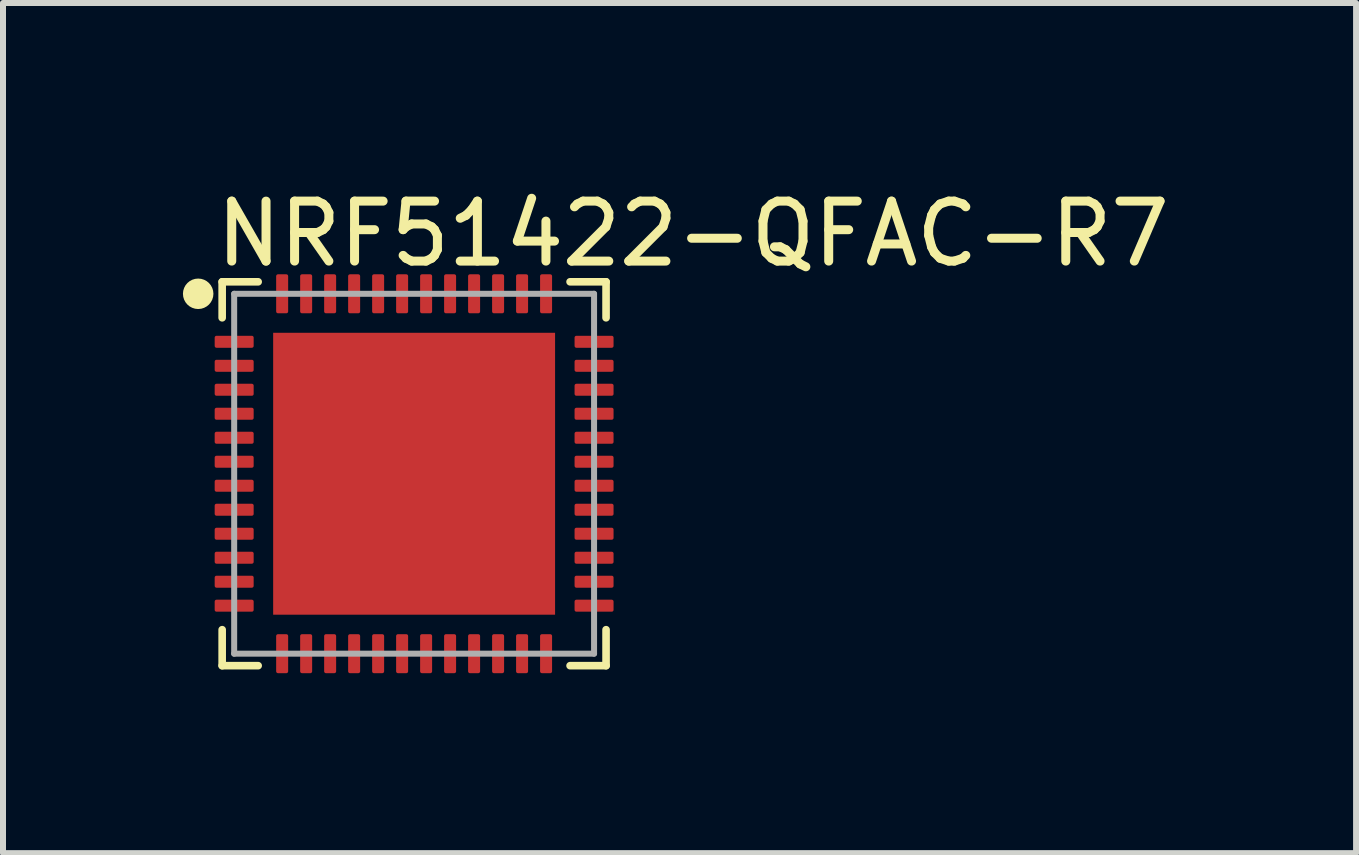
<source format=kicad_pcb>
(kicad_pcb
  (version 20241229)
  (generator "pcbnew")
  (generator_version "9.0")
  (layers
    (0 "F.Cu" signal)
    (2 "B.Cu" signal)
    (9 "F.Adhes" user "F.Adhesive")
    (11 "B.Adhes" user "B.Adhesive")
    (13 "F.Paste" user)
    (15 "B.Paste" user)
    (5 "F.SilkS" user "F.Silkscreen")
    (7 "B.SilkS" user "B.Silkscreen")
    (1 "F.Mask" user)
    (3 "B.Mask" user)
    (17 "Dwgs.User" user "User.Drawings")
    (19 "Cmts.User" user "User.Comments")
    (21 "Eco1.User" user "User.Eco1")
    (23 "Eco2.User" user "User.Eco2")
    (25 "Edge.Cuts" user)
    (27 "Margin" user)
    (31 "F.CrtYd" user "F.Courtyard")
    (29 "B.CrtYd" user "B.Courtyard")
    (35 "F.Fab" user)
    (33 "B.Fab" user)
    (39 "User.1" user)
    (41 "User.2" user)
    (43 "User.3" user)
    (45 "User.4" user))
  (footprint "NRF51422-QFAC-R7"
    (layer "F.Cu")
    (at 3.854 4.848)
    (property "Reference" "NRF51422-QFAC-R7" (at 4.65 -4 0) (layer "F.SilkS") (effects (font (size 1 1) (thickness 0.15))))
    (attr through_hole)
    (fp_line (start -3.2 -3.2) (end -3.2 -2.6) (stroke (width 0.127) (type solid)) (layer "F.SilkS"))
    (fp_line (start -3.2 2.6) (end -3.2 3.2) (stroke (width 0.127) (type solid)) (layer "F.SilkS"))
    (fp_line (start -3.2 3.2) (end -2.6 3.2) (stroke (width 0.127) (type solid)) (layer "F.SilkS"))
    (fp_line (start -2.6 -3.2) (end -3.2 -3.2) (stroke (width 0.127) (type solid)) (layer "F.SilkS"))
    (fp_line (start 2.6 3.2) (end 3.2 3.2) (stroke (width 0.127) (type solid)) (layer "F.SilkS"))
    (fp_line (start 3.2 -3.2) (end 2.6 -3.2) (stroke (width 0.127) (type solid)) (layer "F.SilkS"))
    (fp_line (start 3.2 -2.6) (end 3.2 -3.2) (stroke (width 0.127) (type solid)) (layer "F.SilkS"))
    (fp_line (start 3.2 3.2) (end 3.2 2.6) (stroke (width 0.127) (type solid)) (layer "F.SilkS"))
    (fp_circle (center -3.6 -3) (end -3.473 -3) (stroke (width 0.254) (type solid)) (fill no) (layer "F.SilkS"))
    (fp_line (start -3 -3) (end -3 3) (stroke (width 0.1) (type solid)) (layer "F.Fab"))
    (fp_line (start -3 3) (end 3 3) (stroke (width 0.1) (type solid)) (layer "F.Fab"))
    (fp_line (start 3 -3) (end -3 -3) (stroke (width 0.1) (type solid)) (layer "F.Fab"))
    (fp_line (start 3 3) (end 3 -3) (stroke (width 0.1) (type solid)) (layer "F.Fab"))
    (pad "1" smd roundrect (at -3 -2.2) (size 0.65 0.2) (layers "F.Cu" "F.Mask" "F.Paste") (roundrect_rratio 0.15))
    (pad "2" smd roundrect (at -3 -1.8) (size 0.65 0.2) (layers "F.Cu" "F.Mask" "F.Paste") (roundrect_rratio 0.15))
    (pad "3" smd roundrect (at -3 -1.4) (size 0.65 0.2) (layers "F.Cu" "F.Mask" "F.Paste") (roundrect_rratio 0.15))
    (pad "4" smd roundrect (at -3 -1) (size 0.65 0.2) (layers "F.Cu" "F.Mask" "F.Paste") (roundrect_rratio 0.15))
    (pad "5" smd roundrect (at -3 -0.6) (size 0.65 0.2) (layers "F.Cu" "F.Mask" "F.Paste") (roundrect_rratio 0.15))
    (pad "6" smd roundrect (at -3 -0.2) (size 0.65 0.2) (layers "F.Cu" "F.Mask" "F.Paste") (roundrect_rratio 0.15))
    (pad "7" smd roundrect (at -3 0.2) (size 0.65 0.2) (layers "F.Cu" "F.Mask" "F.Paste") (roundrect_rratio 0.15))
    (pad "8" smd roundrect (at -3 0.6) (size 0.65 0.2) (layers "F.Cu" "F.Mask" "F.Paste") (roundrect_rratio 0.15))
    (pad "9" smd roundrect (at -3 1) (size 0.65 0.2) (layers "F.Cu" "F.Mask" "F.Paste") (roundrect_rratio 0.15))
    (pad "10" smd roundrect (at -3 1.4) (size 0.65 0.2) (layers "F.Cu" "F.Mask" "F.Paste") (roundrect_rratio 0.15))
    (pad "11" smd roundrect (at -3 1.8) (size 0.65 0.2) (layers "F.Cu" "F.Mask" "F.Paste") (roundrect_rratio 0.15))
    (pad "12" smd roundrect (at -3 2.2) (size 0.65 0.2) (layers "F.Cu" "F.Mask" "F.Paste") (roundrect_rratio 0.15))
    (pad "13" smd roundrect (at -2.2 3 90) (size 0.65 0.2) (layers "F.Cu" "F.Mask" "F.Paste") (roundrect_rratio 0.15))
    (pad "14" smd roundrect (at -1.8 3 90) (size 0.65 0.2) (layers "F.Cu" "F.Mask" "F.Paste") (roundrect_rratio 0.15))
    (pad "15" smd roundrect (at -1.4 3 90) (size 0.65 0.2) (layers "F.Cu" "F.Mask" "F.Paste") (roundrect_rratio 0.15))
    (pad "16" smd roundrect (at -1 3 90) (size 0.65 0.2) (layers "F.Cu" "F.Mask" "F.Paste") (roundrect_rratio 0.15))
    (pad "17" smd roundrect (at -0.6 3 90) (size 0.65 0.2) (layers "F.Cu" "F.Mask" "F.Paste") (roundrect_rratio 0.15))
    (pad "18" smd roundrect (at -0.2 3 90) (size 0.65 0.2) (layers "F.Cu" "F.Mask" "F.Paste") (roundrect_rratio 0.15))
    (pad "19" smd roundrect (at 0.2 3 90) (size 0.65 0.2) (layers "F.Cu" "F.Mask" "F.Paste") (roundrect_rratio 0.15))
    (pad "20" smd roundrect (at 0.6 3 90) (size 0.65 0.2) (layers "F.Cu" "F.Mask" "F.Paste") (roundrect_rratio 0.15))
    (pad "21" smd roundrect (at 1 3 90) (size 0.65 0.2) (layers "F.Cu" "F.Mask" "F.Paste") (roundrect_rratio 0.15))
    (pad "22" smd roundrect (at 1.4 3 90) (size 0.65 0.2) (layers "F.Cu" "F.Mask" "F.Paste") (roundrect_rratio 0.15))
    (pad "23" smd roundrect (at 1.8 3 90) (size 0.65 0.2) (layers "F.Cu" "F.Mask" "F.Paste") (roundrect_rratio 0.15))
    (pad "24" smd roundrect (at 2.2 3 90) (size 0.65 0.2) (layers "F.Cu" "F.Mask" "F.Paste") (roundrect_rratio 0.15))
    (pad "25" smd roundrect (at 3 2.2 180) (size 0.65 0.2) (layers "F.Cu" "F.Mask" "F.Paste") (roundrect_rratio 0.15))
    (pad "26" smd roundrect (at 3 1.8 180) (size 0.65 0.2) (layers "F.Cu" "F.Mask" "F.Paste") (roundrect_rratio 0.15))
    (pad "27" smd roundrect (at 3 1.4 180) (size 0.65 0.2) (layers "F.Cu" "F.Mask" "F.Paste") (roundrect_rratio 0.15))
    (pad "28" smd roundrect (at 3 1 180) (size 0.65 0.2) (layers "F.Cu" "F.Mask" "F.Paste") (roundrect_rratio 0.15))
    (pad "29" smd roundrect (at 3 0.6 180) (size 0.65 0.2) (layers "F.Cu" "F.Mask" "F.Paste") (roundrect_rratio 0.15))
    (pad "30" smd roundrect (at 3 0.2 180) (size 0.65 0.2) (layers "F.Cu" "F.Mask" "F.Paste") (roundrect_rratio 0.15))
    (pad "31" smd roundrect (at 3 -0.2 180) (size 0.65 0.2) (layers "F.Cu" "F.Mask" "F.Paste") (roundrect_rratio 0.15))
    (pad "32" smd roundrect (at 3 -0.6 180) (size 0.65 0.2) (layers "F.Cu" "F.Mask" "F.Paste") (roundrect_rratio 0.15))
    (pad "33" smd roundrect (at 3 -1 180) (size 0.65 0.2) (layers "F.Cu" "F.Mask" "F.Paste") (roundrect_rratio 0.15))
    (pad "34" smd roundrect (at 3 -1.4 180) (size 0.65 0.2) (layers "F.Cu" "F.Mask" "F.Paste") (roundrect_rratio 0.15))
    (pad "35" smd roundrect (at 3 -1.8 180) (size 0.65 0.2) (layers "F.Cu" "F.Mask" "F.Paste") (roundrect_rratio 0.15))
    (pad "36" smd roundrect (at 3 -2.2 180) (size 0.65 0.2) (layers "F.Cu" "F.Mask" "F.Paste") (roundrect_rratio 0.15))
    (pad "37" smd roundrect (at 2.2 -3 270) (size 0.65 0.2) (layers "F.Cu" "F.Mask" "F.Paste") (roundrect_rratio 0.15))
    (pad "38" smd roundrect (at 1.8 -3 270) (size 0.65 0.2) (layers "F.Cu" "F.Mask" "F.Paste") (roundrect_rratio 0.15))
    (pad "39" smd roundrect (at 1.4 -3 270) (size 0.65 0.2) (layers "F.Cu" "F.Mask" "F.Paste") (roundrect_rratio 0.15))
    (pad "40" smd roundrect (at 1 -3 270) (size 0.65 0.2) (layers "F.Cu" "F.Mask" "F.Paste") (roundrect_rratio 0.15))
    (pad "41" smd roundrect (at 0.6 -3 270) (size 0.65 0.2) (layers "F.Cu" "F.Mask" "F.Paste") (roundrect_rratio 0.15))
    (pad "42" smd roundrect (at 0.2 -3 270) (size 0.65 0.2) (layers "F.Cu" "F.Mask" "F.Paste") (roundrect_rratio 0.15))
    (pad "43" smd roundrect (at -0.2 -3 270) (size 0.65 0.2) (layers "F.Cu" "F.Mask" "F.Paste") (roundrect_rratio 0.15))
    (pad "44" smd roundrect (at -0.6 -3 270) (size 0.65 0.2) (layers "F.Cu" "F.Mask" "F.Paste") (roundrect_rratio 0.15))
    (pad "45" smd roundrect (at -1 -3 270) (size 0.65 0.2) (layers "F.Cu" "F.Mask" "F.Paste") (roundrect_rratio 0.15))
    (pad "46" smd roundrect (at -1.4 -3 270) (size 0.65 0.2) (layers "F.Cu" "F.Mask" "F.Paste") (roundrect_rratio 0.15))
    (pad "47" smd roundrect (at -1.8 -3 270) (size 0.65 0.2) (layers "F.Cu" "F.Mask" "F.Paste") (roundrect_rratio 0.15))
    (pad "48" smd roundrect (at -2.2 -3 270) (size 0.65 0.2) (layers "F.Cu" "F.Mask" "F.Paste") (roundrect_rratio 0.15))
    (pad "49" smd rect (at 0 0 270) (size 4.7 4.7) (layers "F.Cu" "F.Mask" "F.Paste")))
  (gr_rect
    (start -3 -3)
    (end 19.558 11.173)
    (stroke (width 0.1) (type default))
    (fill no)
    (layer "Edge.Cuts")))
</source>
